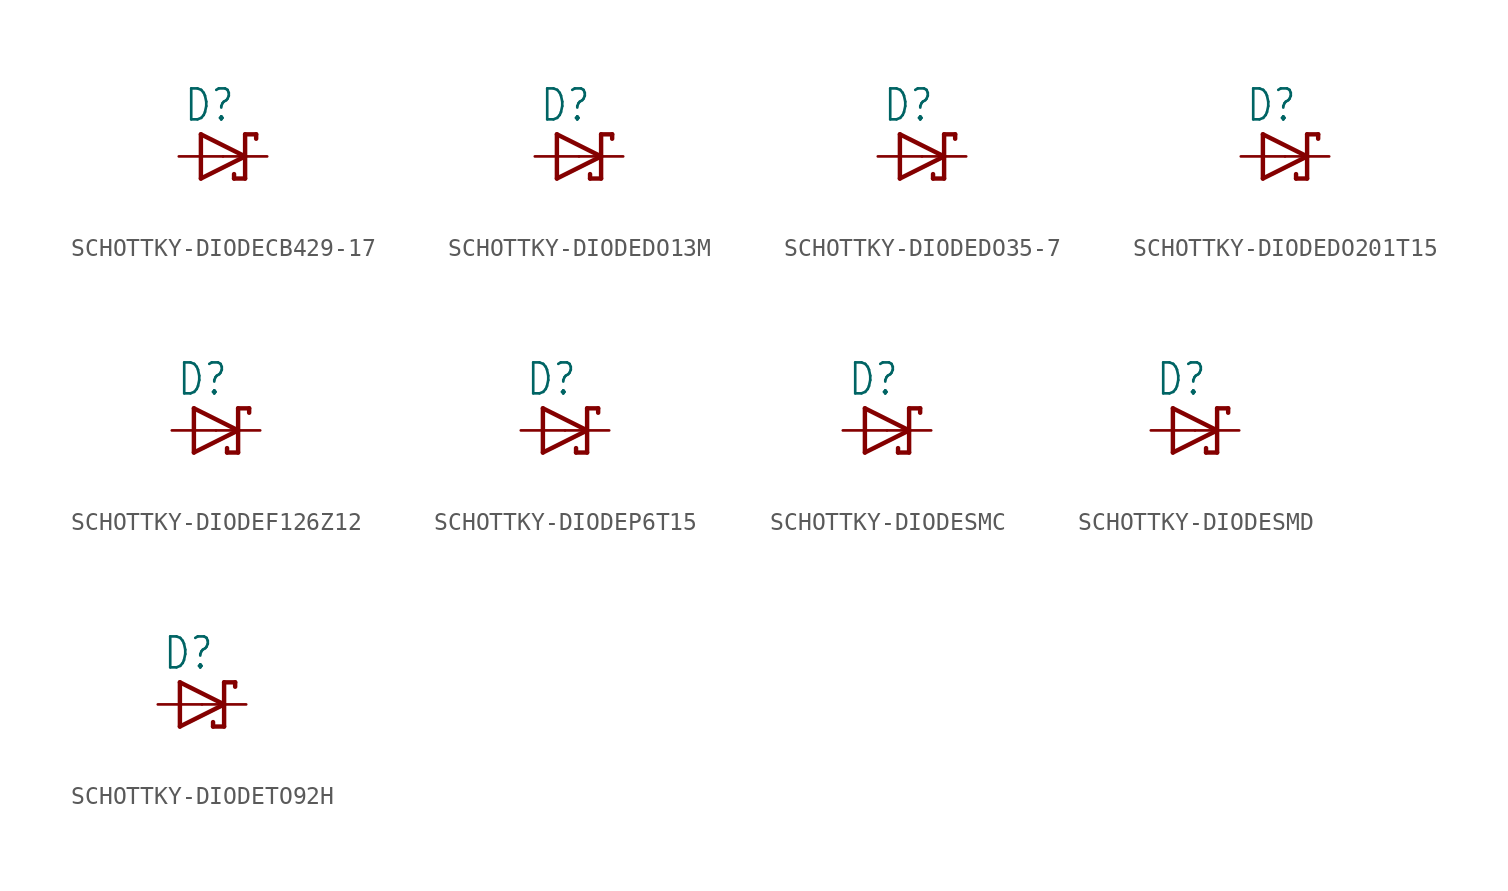
<source format=kicad_sym>
(kicad_symbol_lib
  (version 20241209)
  (generator "kicad_symbol_editor")
  (generator_version "9.0")
  (symbol "SCHOTTKY-DIODECB429-17"
    (property "Reference" "D"
      (at -2.286 1.905 0)
      (effects (font (size 1.778 1.511)) (justify left bottom)))
    (property "Value" ""
      (at -2.286 -3.429 0)
      (effects (font (size 1.778 1.511)) (justify left bottom)))
    (property "ki_locked" ""
      (at 0 0 0)
      (effects (font (size 1.27 1.27))))
    (symbol "SCHOTTKY-DIODECB429-17_1_0"
      (polyline (pts (xy -1.27 1.27) (xy -1.27 -1.27)) (stroke (width 0.254) (type solid)) (fill (type none)))
      (polyline (pts (xy -1.27 -1.27) (xy 1.27 0)) (stroke (width 0.254) (type solid)) (fill (type none)))
      (polyline (pts (xy 0.635 -1.016) (xy 0.635 -1.27)) (stroke (width 0.254) (type solid)) (fill (type none)))
      (polyline (pts (xy 1.27 1.27) (xy 1.27 0)) (stroke (width 0.254) (type solid)) (fill (type none)))
      (polyline (pts (xy 1.27 0) (xy -1.27 1.27)) (stroke (width 0.254) (type solid)) (fill (type none)))
      (polyline (pts (xy 1.27 0) (xy 1.27 -1.27)) (stroke (width 0.254) (type solid)) (fill (type none)))
      (polyline (pts (xy 1.27 -1.27) (xy 0.635 -1.27)) (stroke (width 0.254) (type solid)) (fill (type none)))
      (polyline (pts (xy 1.905 1.27) (xy 1.27 1.27)) (stroke (width 0.254) (type solid)) (fill (type none)))
      (polyline (pts (xy 1.905 1.27) (xy 1.905 1.016)) (stroke (width 0.254) (type solid)) (fill (type none)))
      (pin passive line (at -2.54 0 0) (length 2.54) (name "A" (effects (font (size 0 0)))) (number "A" (effects (font (size 0 0)))))
      (pin passive line (at 2.54 0 180) (length 2.54) (name "C" (effects (font (size 0 0)))) (number "C" (effects (font (size 0 0)))))))
  (symbol "SCHOTTKY-DIODEDO13M"
    (property "Reference" "D"
      (at -2.286 1.905 0)
      (effects (font (size 1.778 1.511)) (justify left bottom)))
    (property "Value" ""
      (at -2.286 -3.429 0)
      (effects (font (size 1.778 1.511)) (justify left bottom)))
    (property "ki_locked" ""
      (at 0 0 0)
      (effects (font (size 1.27 1.27))))
    (symbol "SCHOTTKY-DIODEDO13M_1_0"
      (polyline (pts (xy -1.27 1.27) (xy -1.27 -1.27)) (stroke (width 0.254) (type solid)) (fill (type none)))
      (polyline (pts (xy -1.27 -1.27) (xy 1.27 0)) (stroke (width 0.254) (type solid)) (fill (type none)))
      (polyline (pts (xy 0.635 -1.016) (xy 0.635 -1.27)) (stroke (width 0.254) (type solid)) (fill (type none)))
      (polyline (pts (xy 1.27 1.27) (xy 1.27 0)) (stroke (width 0.254) (type solid)) (fill (type none)))
      (polyline (pts (xy 1.27 0) (xy -1.27 1.27)) (stroke (width 0.254) (type solid)) (fill (type none)))
      (polyline (pts (xy 1.27 0) (xy 1.27 -1.27)) (stroke (width 0.254) (type solid)) (fill (type none)))
      (polyline (pts (xy 1.27 -1.27) (xy 0.635 -1.27)) (stroke (width 0.254) (type solid)) (fill (type none)))
      (polyline (pts (xy 1.905 1.27) (xy 1.27 1.27)) (stroke (width 0.254) (type solid)) (fill (type none)))
      (polyline (pts (xy 1.905 1.27) (xy 1.905 1.016)) (stroke (width 0.254) (type solid)) (fill (type none)))
      (pin passive line (at -2.54 0 0) (length 2.54) (name "A" (effects (font (size 0 0)))) (number "A" (effects (font (size 0 0)))))
      (pin passive line (at 2.54 0 180) (length 2.54) (name "C" (effects (font (size 0 0)))) (number "C" (effects (font (size 0 0)))))))
  (symbol "SCHOTTKY-DIODEDO35-7"
    (property "Reference" "D"
      (at -2.286 1.905 0)
      (effects (font (size 1.778 1.511)) (justify left bottom)))
    (property "Value" ""
      (at -2.286 -3.429 0)
      (effects (font (size 1.778 1.511)) (justify left bottom)))
    (property "ki_locked" ""
      (at 0 0 0)
      (effects (font (size 1.27 1.27))))
    (symbol "SCHOTTKY-DIODEDO35-7_1_0"
      (polyline (pts (xy -1.27 1.27) (xy -1.27 -1.27)) (stroke (width 0.254) (type solid)) (fill (type none)))
      (polyline (pts (xy -1.27 -1.27) (xy 1.27 0)) (stroke (width 0.254) (type solid)) (fill (type none)))
      (polyline (pts (xy 0.635 -1.016) (xy 0.635 -1.27)) (stroke (width 0.254) (type solid)) (fill (type none)))
      (polyline (pts (xy 1.27 1.27) (xy 1.27 0)) (stroke (width 0.254) (type solid)) (fill (type none)))
      (polyline (pts (xy 1.27 0) (xy -1.27 1.27)) (stroke (width 0.254) (type solid)) (fill (type none)))
      (polyline (pts (xy 1.27 0) (xy 1.27 -1.27)) (stroke (width 0.254) (type solid)) (fill (type none)))
      (polyline (pts (xy 1.27 -1.27) (xy 0.635 -1.27)) (stroke (width 0.254) (type solid)) (fill (type none)))
      (polyline (pts (xy 1.905 1.27) (xy 1.27 1.27)) (stroke (width 0.254) (type solid)) (fill (type none)))
      (polyline (pts (xy 1.905 1.27) (xy 1.905 1.016)) (stroke (width 0.254) (type solid)) (fill (type none)))
      (pin passive line (at -2.54 0 0) (length 2.54) (name "A" (effects (font (size 0 0)))) (number "A" (effects (font (size 0 0)))))
      (pin passive line (at 2.54 0 180) (length 2.54) (name "C" (effects (font (size 0 0)))) (number "C" (effects (font (size 0 0)))))))
  (symbol "SCHOTTKY-DIODEDO201T15"
    (property "Reference" "D"
      (at -2.286 1.905 0)
      (effects (font (size 1.778 1.511)) (justify left bottom)))
    (property "Value" ""
      (at -2.286 -3.429 0)
      (effects (font (size 1.778 1.511)) (justify left bottom)))
    (property "ki_locked" ""
      (at 0 0 0)
      (effects (font (size 1.27 1.27))))
    (symbol "SCHOTTKY-DIODEDO201T15_1_0"
      (polyline (pts (xy -1.27 1.27) (xy -1.27 -1.27)) (stroke (width 0.254) (type solid)) (fill (type none)))
      (polyline (pts (xy -1.27 -1.27) (xy 1.27 0)) (stroke (width 0.254) (type solid)) (fill (type none)))
      (polyline (pts (xy 0.635 -1.016) (xy 0.635 -1.27)) (stroke (width 0.254) (type solid)) (fill (type none)))
      (polyline (pts (xy 1.27 1.27) (xy 1.27 0)) (stroke (width 0.254) (type solid)) (fill (type none)))
      (polyline (pts (xy 1.27 0) (xy -1.27 1.27)) (stroke (width 0.254) (type solid)) (fill (type none)))
      (polyline (pts (xy 1.27 0) (xy 1.27 -1.27)) (stroke (width 0.254) (type solid)) (fill (type none)))
      (polyline (pts (xy 1.27 -1.27) (xy 0.635 -1.27)) (stroke (width 0.254) (type solid)) (fill (type none)))
      (polyline (pts (xy 1.905 1.27) (xy 1.27 1.27)) (stroke (width 0.254) (type solid)) (fill (type none)))
      (polyline (pts (xy 1.905 1.27) (xy 1.905 1.016)) (stroke (width 0.254) (type solid)) (fill (type none)))
      (pin passive line (at -2.54 0 0) (length 2.54) (name "A" (effects (font (size 0 0)))) (number "A" (effects (font (size 0 0)))))
      (pin passive line (at 2.54 0 180) (length 2.54) (name "C" (effects (font (size 0 0)))) (number "C" (effects (font (size 0 0)))))))
  (symbol "SCHOTTKY-DIODEF126Z12"
    (property "Reference" "D"
      (at -2.286 1.905 0)
      (effects (font (size 1.778 1.511)) (justify left bottom)))
    (property "Value" ""
      (at -2.286 -3.429 0)
      (effects (font (size 1.778 1.511)) (justify left bottom)))
    (property "ki_locked" ""
      (at 0 0 0)
      (effects (font (size 1.27 1.27))))
    (symbol "SCHOTTKY-DIODEF126Z12_1_0"
      (polyline (pts (xy -1.27 1.27) (xy -1.27 -1.27)) (stroke (width 0.254) (type solid)) (fill (type none)))
      (polyline (pts (xy -1.27 -1.27) (xy 1.27 0)) (stroke (width 0.254) (type solid)) (fill (type none)))
      (polyline (pts (xy 0.635 -1.016) (xy 0.635 -1.27)) (stroke (width 0.254) (type solid)) (fill (type none)))
      (polyline (pts (xy 1.27 1.27) (xy 1.27 0)) (stroke (width 0.254) (type solid)) (fill (type none)))
      (polyline (pts (xy 1.27 0) (xy -1.27 1.27)) (stroke (width 0.254) (type solid)) (fill (type none)))
      (polyline (pts (xy 1.27 0) (xy 1.27 -1.27)) (stroke (width 0.254) (type solid)) (fill (type none)))
      (polyline (pts (xy 1.27 -1.27) (xy 0.635 -1.27)) (stroke (width 0.254) (type solid)) (fill (type none)))
      (polyline (pts (xy 1.905 1.27) (xy 1.27 1.27)) (stroke (width 0.254) (type solid)) (fill (type none)))
      (polyline (pts (xy 1.905 1.27) (xy 1.905 1.016)) (stroke (width 0.254) (type solid)) (fill (type none)))
      (pin passive line (at -2.54 0 0) (length 2.54) (name "A" (effects (font (size 0 0)))) (number "A" (effects (font (size 0 0)))))
      (pin passive line (at 2.54 0 180) (length 2.54) (name "C" (effects (font (size 0 0)))) (number "C" (effects (font (size 0 0)))))))
  (symbol "SCHOTTKY-DIODEP6T15"
    (property "Reference" "D"
      (at -2.286 1.905 0)
      (effects (font (size 1.778 1.511)) (justify left bottom)))
    (property "Value" ""
      (at -2.286 -3.429 0)
      (effects (font (size 1.778 1.511)) (justify left bottom)))
    (property "ki_locked" ""
      (at 0 0 0)
      (effects (font (size 1.27 1.27))))
    (symbol "SCHOTTKY-DIODEP6T15_1_0"
      (polyline (pts (xy -1.27 1.27) (xy -1.27 -1.27)) (stroke (width 0.254) (type solid)) (fill (type none)))
      (polyline (pts (xy -1.27 -1.27) (xy 1.27 0)) (stroke (width 0.254) (type solid)) (fill (type none)))
      (polyline (pts (xy 0.635 -1.016) (xy 0.635 -1.27)) (stroke (width 0.254) (type solid)) (fill (type none)))
      (polyline (pts (xy 1.27 1.27) (xy 1.27 0)) (stroke (width 0.254) (type solid)) (fill (type none)))
      (polyline (pts (xy 1.27 0) (xy -1.27 1.27)) (stroke (width 0.254) (type solid)) (fill (type none)))
      (polyline (pts (xy 1.27 0) (xy 1.27 -1.27)) (stroke (width 0.254) (type solid)) (fill (type none)))
      (polyline (pts (xy 1.27 -1.27) (xy 0.635 -1.27)) (stroke (width 0.254) (type solid)) (fill (type none)))
      (polyline (pts (xy 1.905 1.27) (xy 1.27 1.27)) (stroke (width 0.254) (type solid)) (fill (type none)))
      (polyline (pts (xy 1.905 1.27) (xy 1.905 1.016)) (stroke (width 0.254) (type solid)) (fill (type none)))
      (pin passive line (at -2.54 0 0) (length 2.54) (name "A" (effects (font (size 0 0)))) (number "A" (effects (font (size 0 0)))))
      (pin passive line (at 2.54 0 180) (length 2.54) (name "C" (effects (font (size 0 0)))) (number "C" (effects (font (size 0 0)))))))
  (symbol "SCHOTTKY-DIODESMC"
    (property "Reference" "D"
      (at -2.286 1.905 0)
      (effects (font (size 1.778 1.511)) (justify left bottom)))
    (property "Value" ""
      (at -2.286 -3.429 0)
      (effects (font (size 1.778 1.511)) (justify left bottom)))
    (property "ki_locked" ""
      (at 0 0 0)
      (effects (font (size 1.27 1.27))))
    (symbol "SCHOTTKY-DIODESMC_1_0"
      (polyline (pts (xy -1.27 1.27) (xy -1.27 -1.27)) (stroke (width 0.254) (type solid)) (fill (type none)))
      (polyline (pts (xy -1.27 -1.27) (xy 1.27 0)) (stroke (width 0.254) (type solid)) (fill (type none)))
      (polyline (pts (xy 0.635 -1.016) (xy 0.635 -1.27)) (stroke (width 0.254) (type solid)) (fill (type none)))
      (polyline (pts (xy 1.27 1.27) (xy 1.27 0)) (stroke (width 0.254) (type solid)) (fill (type none)))
      (polyline (pts (xy 1.27 0) (xy -1.27 1.27)) (stroke (width 0.254) (type solid)) (fill (type none)))
      (polyline (pts (xy 1.27 0) (xy 1.27 -1.27)) (stroke (width 0.254) (type solid)) (fill (type none)))
      (polyline (pts (xy 1.27 -1.27) (xy 0.635 -1.27)) (stroke (width 0.254) (type solid)) (fill (type none)))
      (polyline (pts (xy 1.905 1.27) (xy 1.27 1.27)) (stroke (width 0.254) (type solid)) (fill (type none)))
      (polyline (pts (xy 1.905 1.27) (xy 1.905 1.016)) (stroke (width 0.254) (type solid)) (fill (type none)))
      (pin passive line (at -2.54 0 0) (length 2.54) (name "A" (effects (font (size 0 0)))) (number "A" (effects (font (size 0 0)))))
      (pin passive line (at 2.54 0 180) (length 2.54) (name "C" (effects (font (size 0 0)))) (number "C" (effects (font (size 0 0)))))))
  (symbol "SCHOTTKY-DIODESMD"
    (property "Reference" "D"
      (at -2.286 1.905 0)
      (effects (font (size 1.778 1.511)) (justify left bottom)))
    (property "Value" ""
      (at -2.286 -3.429 0)
      (effects (font (size 1.778 1.511)) (justify left bottom)))
    (property "ki_locked" ""
      (at 0 0 0)
      (effects (font (size 1.27 1.27))))
    (symbol "SCHOTTKY-DIODESMD_1_0"
      (polyline (pts (xy -1.27 1.27) (xy -1.27 -1.27)) (stroke (width 0.254) (type solid)) (fill (type none)))
      (polyline (pts (xy -1.27 -1.27) (xy 1.27 0)) (stroke (width 0.254) (type solid)) (fill (type none)))
      (polyline (pts (xy 0.635 -1.016) (xy 0.635 -1.27)) (stroke (width 0.254) (type solid)) (fill (type none)))
      (polyline (pts (xy 1.27 1.27) (xy 1.27 0)) (stroke (width 0.254) (type solid)) (fill (type none)))
      (polyline (pts (xy 1.27 0) (xy -1.27 1.27)) (stroke (width 0.254) (type solid)) (fill (type none)))
      (polyline (pts (xy 1.27 0) (xy 1.27 -1.27)) (stroke (width 0.254) (type solid)) (fill (type none)))
      (polyline (pts (xy 1.27 -1.27) (xy 0.635 -1.27)) (stroke (width 0.254) (type solid)) (fill (type none)))
      (polyline (pts (xy 1.905 1.27) (xy 1.27 1.27)) (stroke (width 0.254) (type solid)) (fill (type none)))
      (polyline (pts (xy 1.905 1.27) (xy 1.905 1.016)) (stroke (width 0.254) (type solid)) (fill (type none)))
      (pin passive line (at -2.54 0 0) (length 2.54) (name "A" (effects (font (size 0 0)))) (number "A" (effects (font (size 0 0)))))
      (pin passive line (at 2.54 0 180) (length 2.54) (name "C" (effects (font (size 0 0)))) (number "C" (effects (font (size 0 0)))))))
  (symbol "SCHOTTKY-DIODETO92H"
    (property "Reference" "D"
      (at -2.286 1.905 0)
      (effects (font (size 1.778 1.511)) (justify left bottom)))
    (property "Value" ""
      (at -2.286 -3.429 0)
      (effects (font (size 1.778 1.511)) (justify left bottom)))
    (property "ki_locked" ""
      (at 0 0 0)
      (effects (font (size 1.27 1.27))))
    (symbol "SCHOTTKY-DIODETO92H_1_0"
      (polyline (pts (xy -1.27 1.27) (xy -1.27 -1.27)) (stroke (width 0.254) (type solid)) (fill (type none)))
      (polyline (pts (xy -1.27 -1.27) (xy 1.27 0)) (stroke (width 0.254) (type solid)) (fill (type none)))
      (polyline (pts (xy 0.635 -1.016) (xy 0.635 -1.27)) (stroke (width 0.254) (type solid)) (fill (type none)))
      (polyline (pts (xy 1.27 1.27) (xy 1.27 0)) (stroke (width 0.254) (type solid)) (fill (type none)))
      (polyline (pts (xy 1.27 0) (xy -1.27 1.27)) (stroke (width 0.254) (type solid)) (fill (type none)))
      (polyline (pts (xy 1.27 0) (xy 1.27 -1.27)) (stroke (width 0.254) (type solid)) (fill (type none)))
      (polyline (pts (xy 1.27 -1.27) (xy 0.635 -1.27)) (stroke (width 0.254) (type solid)) (fill (type none)))
      (polyline (pts (xy 1.905 1.27) (xy 1.27 1.27)) (stroke (width 0.254) (type solid)) (fill (type none)))
      (polyline (pts (xy 1.905 1.27) (xy 1.905 1.016)) (stroke (width 0.254) (type solid)) (fill (type none)))
      (pin passive line (at -2.54 0 0) (length 2.54) (name "A" (effects (font (size 0 0)))) (number "1" (effects (font (size 0 0)))))
      (pin passive line (at 2.54 0 180) (length 2.54) (name "C" (effects (font (size 0 0)))) (number "2" (effects (font (size 0 0))))))))
</source>
